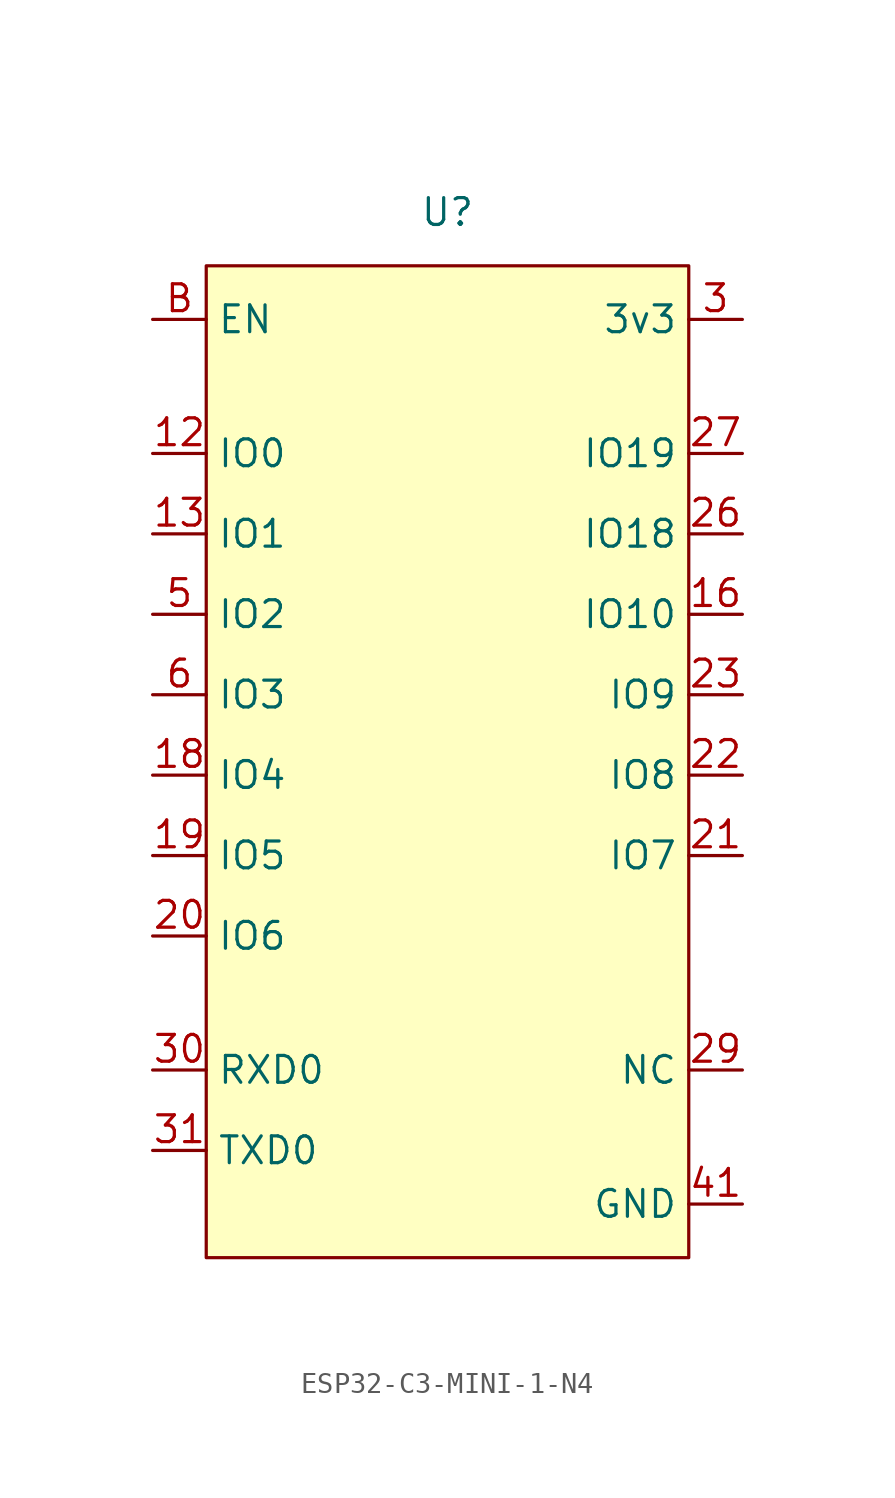
<source format=kicad_sym>
(kicad_symbol_lib
  (version 20220914)
  (generator kicad_symbol_editor)
  (symbol "ESP32-C3-MINI-1-N4"
    (property "Reference" "U"
      (at 0 8.89 0)
      (effects (font (size 1.27 1.27))))
    (property "Value" ""
      (at 0 0 0)
      (effects (font (size 1.27 1.27))))
    (symbol "ESP32-C3-MINI-1-N4_0_0"
      (pin unspecified line (at -13.97 -2.54 0) (length 2.54) (name "IO0" (effects (font (size 1.27 1.27)))) (number "12" (effects (font (size 1.27 1.27)))))
      (pin unspecified line (at -13.97 -6.35 0) (length 2.54) (name "IO1" (effects (font (size 1.27 1.27)))) (number "13" (effects (font (size 1.27 1.27)))))
      (pin unspecified line (at 13.97 -10.16 180) (length 2.54) (name "IO10" (effects (font (size 1.27 1.27)))) (number "16" (effects (font (size 1.27 1.27)))))
      (pin unspecified line (at -13.97 -17.78 0) (length 2.54) (name "IO4" (effects (font (size 1.27 1.27)))) (number "18" (effects (font (size 1.27 1.27)))))
      (pin unspecified line (at -13.97 -21.59 0) (length 2.54) (name "IO5" (effects (font (size 1.27 1.27)))) (number "19" (effects (font (size 1.27 1.27)))))
      (pin unspecified line (at -13.97 -25.4 0) (length 2.54) (name "IO6" (effects (font (size 1.27 1.27)))) (number "20" (effects (font (size 1.27 1.27)))))
      (pin unspecified line (at 13.97 -21.59 180) (length 2.54) (name "IO7" (effects (font (size 1.27 1.27)))) (number "21" (effects (font (size 1.27 1.27)))))
      (pin unspecified line (at 13.97 -17.78 180) (length 2.54) (name "IO8" (effects (font (size 1.27 1.27)))) (number "22" (effects (font (size 1.27 1.27)))))
      (pin unspecified line (at 13.97 -13.97 180) (length 2.54) (name "IO9" (effects (font (size 1.27 1.27)))) (number "23" (effects (font (size 1.27 1.27)))))
      (pin unspecified line (at 13.97 -6.35 180) (length 2.54) (name "IO18" (effects (font (size 1.27 1.27)))) (number "26" (effects (font (size 1.27 1.27)))))
      (pin unspecified line (at 13.97 -2.54 180) (length 2.54) (name "IO19" (effects (font (size 1.27 1.27)))) (number "27" (effects (font (size 1.27 1.27)))))
      (pin unspecified line (at 13.97 -31.75 180) (length 2.54) (name "NC" (effects (font (size 1.27 1.27)))) (number "29" (effects (font (size 1.27 1.27)))))
      (pin unspecified line (at 13.97 3.81 180) (length 2.54) (name "3v3" (effects (font (size 1.27 1.27)))) (number "3" (effects (font (size 1.27 1.27)))))
      (pin unspecified line (at -13.97 -31.75 0) (length 2.54) (name "RXD0" (effects (font (size 1.27 1.27)))) (number "30" (effects (font (size 1.27 1.27)))))
      (pin unspecified line (at -13.97 -35.56 0) (length 2.54) (name "TXD0" (effects (font (size 1.27 1.27)))) (number "31" (effects (font (size 1.27 1.27)))))
      (pin unspecified line (at 13.97 -38.1 180) (length 2.54) (name "GND" (effects (font (size 1.27 1.27)))) (number "41" (effects (font (size 1.27 1.27)))))
      (pin unspecified line (at -13.97 -10.16 0) (length 2.54) (name "IO2" (effects (font (size 1.27 1.27)))) (number "5" (effects (font (size 1.27 1.27)))))
      (pin unspecified line (at -13.97 -13.97 0) (length 2.54) (name "IO3" (effects (font (size 1.27 1.27)))) (number "6" (effects (font (size 1.27 1.27)))))
      (pin unspecified line (at -13.97 3.81 0) (length 2.54) (name "EN" (effects (font (size 1.27 1.27)))) (number "B" (effects (font (size 1.27 1.27))))))
    (symbol "ESP32-C3-MINI-1-N4_1_1"
      (rectangle (start -11.43 6.35) (end 11.43 -40.64) (stroke (width 0) (type default)) (fill (type background))))))
</source>
